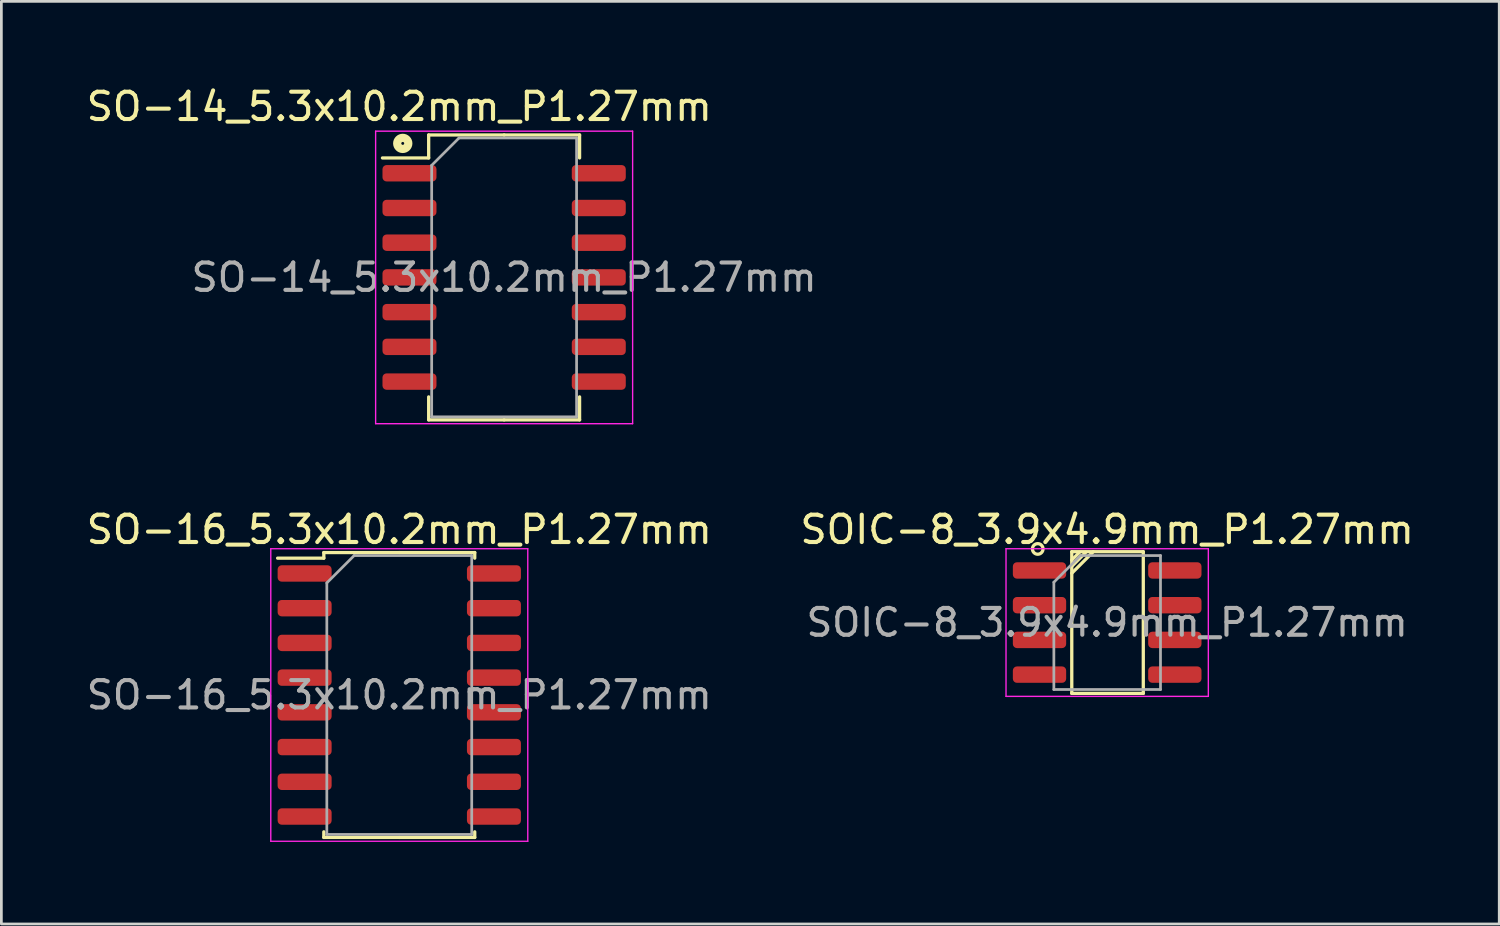
<source format=kicad_pcb>
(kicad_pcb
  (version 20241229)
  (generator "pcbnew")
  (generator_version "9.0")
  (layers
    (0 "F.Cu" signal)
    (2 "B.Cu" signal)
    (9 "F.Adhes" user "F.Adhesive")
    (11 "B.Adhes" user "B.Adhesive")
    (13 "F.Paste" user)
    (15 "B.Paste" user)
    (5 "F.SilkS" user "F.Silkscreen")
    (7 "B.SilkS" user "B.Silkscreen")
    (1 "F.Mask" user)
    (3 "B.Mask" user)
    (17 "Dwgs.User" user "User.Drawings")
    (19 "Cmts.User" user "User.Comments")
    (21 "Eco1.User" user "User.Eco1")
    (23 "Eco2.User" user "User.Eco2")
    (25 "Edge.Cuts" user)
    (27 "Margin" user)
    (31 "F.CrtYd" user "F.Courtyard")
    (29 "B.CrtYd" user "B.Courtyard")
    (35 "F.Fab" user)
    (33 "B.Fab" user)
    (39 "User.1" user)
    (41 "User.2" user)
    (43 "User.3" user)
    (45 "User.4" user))
  (footprint "SO-16_5.3x10.2mm_P1.27mm"
    (layer "F.Cu")
    (at 11.554 22.37)
    (property "Reference" "SO-16_5.3x10.2mm_P1.27mm" (at 0 -6.05 0) (layer "F.SilkS") (effects (font (size 1 1) (thickness 0.15))))
    (attr smd)
    (fp_line (start -2.76 -5.21) (end -2.76 -5.005) (stroke (width 0.12) (type solid)) (layer "F.SilkS"))
    (fp_line (start -2.76 -5.005) (end -4.45 -5.005) (stroke (width 0.12) (type solid)) (layer "F.SilkS"))
    (fp_line (start -2.76 5.21) (end -2.76 5.005) (stroke (width 0.12) (type solid)) (layer "F.SilkS"))
    (fp_line (start 0 -5.21) (end -2.76 -5.21) (stroke (width 0.12) (type solid)) (layer "F.SilkS"))
    (fp_line (start 0 -5.21) (end 2.76 -5.21) (stroke (width 0.12) (type solid)) (layer "F.SilkS"))
    (fp_line (start 0 5.21) (end -2.76 5.21) (stroke (width 0.12) (type solid)) (layer "F.SilkS"))
    (fp_line (start 0 5.21) (end 2.76 5.21) (stroke (width 0.12) (type solid)) (layer "F.SilkS"))
    (fp_line (start 2.76 -5.21) (end 2.76 -5.005) (stroke (width 0.12) (type solid)) (layer "F.SilkS"))
    (fp_line (start 2.76 5.21) (end 2.76 5.005) (stroke (width 0.12) (type solid)) (layer "F.SilkS"))
    (fp_line (start -4.7 -5.35) (end -4.7 5.35) (stroke (width 0.05) (type solid)) (layer "F.CrtYd"))
    (fp_line (start -4.7 5.35) (end 4.7 5.35) (stroke (width 0.05) (type solid)) (layer "F.CrtYd"))
    (fp_line (start 4.7 -5.35) (end -4.7 -5.35) (stroke (width 0.05) (type solid)) (layer "F.CrtYd"))
    (fp_line (start 4.7 5.35) (end 4.7 -5.35) (stroke (width 0.05) (type solid)) (layer "F.CrtYd"))
    (fp_line (start -2.65 -4.1) (end -1.65 -5.1) (stroke (width 0.1) (type solid)) (layer "F.Fab"))
    (fp_line (start -2.65 5.1) (end -2.65 -4.1) (stroke (width 0.1) (type solid)) (layer "F.Fab"))
    (fp_line (start -1.65 -5.1) (end 2.65 -5.1) (stroke (width 0.1) (type solid)) (layer "F.Fab"))
    (fp_line (start 2.65 -5.1) (end 2.65 5.1) (stroke (width 0.1) (type solid)) (layer "F.Fab"))
    (fp_line (start 2.65 5.1) (end -2.65 5.1) (stroke (width 0.1) (type solid)) (layer "F.Fab"))
    (fp_text user "${REFERENCE}" (at 0 0 0) (layer "F.Fab") (effects (font (size 1 1) (thickness 0.15))))
    (pad "1" smd roundrect (at -3.462 -4.445) (size 1.975 0.6) (layers "F.Cu" "F.Mask" "F.Paste") (roundrect_rratio 0.25))
    (pad "2" smd roundrect (at -3.462 -3.175) (size 1.975 0.6) (layers "F.Cu" "F.Mask" "F.Paste") (roundrect_rratio 0.25))
    (pad "3" smd roundrect (at -3.462 -1.905) (size 1.975 0.6) (layers "F.Cu" "F.Mask" "F.Paste") (roundrect_rratio 0.25))
    (pad "4" smd roundrect (at -3.462 -0.635) (size 1.975 0.6) (layers "F.Cu" "F.Mask" "F.Paste") (roundrect_rratio 0.25))
    (pad "5" smd roundrect (at -3.462 0.635) (size 1.975 0.6) (layers "F.Cu" "F.Mask" "F.Paste") (roundrect_rratio 0.25))
    (pad "6" smd roundrect (at -3.462 1.905) (size 1.975 0.6) (layers "F.Cu" "F.Mask" "F.Paste") (roundrect_rratio 0.25))
    (pad "7" smd roundrect (at -3.462 3.175) (size 1.975 0.6) (layers "F.Cu" "F.Mask" "F.Paste") (roundrect_rratio 0.25))
    (pad "8" smd roundrect (at -3.462 4.445) (size 1.975 0.6) (layers "F.Cu" "F.Mask" "F.Paste") (roundrect_rratio 0.25))
    (pad "9" smd roundrect (at 3.462 4.445) (size 1.975 0.6) (layers "F.Cu" "F.Mask" "F.Paste") (roundrect_rratio 0.25))
    (pad "10" smd roundrect (at 3.462 3.175) (size 1.975 0.6) (layers "F.Cu" "F.Mask" "F.Paste") (roundrect_rratio 0.25))
    (pad "11" smd roundrect (at 3.462 1.905) (size 1.975 0.6) (layers "F.Cu" "F.Mask" "F.Paste") (roundrect_rratio 0.25))
    (pad "12" smd roundrect (at 3.462 0.635) (size 1.975 0.6) (layers "F.Cu" "F.Mask" "F.Paste") (roundrect_rratio 0.25))
    (pad "13" smd roundrect (at 3.462 -0.635) (size 1.975 0.6) (layers "F.Cu" "F.Mask" "F.Paste") (roundrect_rratio 0.25))
    (pad "14" smd roundrect (at 3.462 -1.905) (size 1.975 0.6) (layers "F.Cu" "F.Mask" "F.Paste") (roundrect_rratio 0.25))
    (pad "15" smd roundrect (at 3.462 -3.175) (size 1.975 0.6) (layers "F.Cu" "F.Mask" "F.Paste") (roundrect_rratio 0.25))
    (pad "16" smd roundrect (at 3.462 -4.445) (size 1.975 0.6) (layers "F.Cu" "F.Mask" "F.Paste") (roundrect_rratio 0.25)))
  (footprint "SO-14_5.3x10.2mm_P1.27mm"
    (layer "F.Cu")
    (at 15.389 7.097)
    (property "Reference" "SO-14_5.3x10.2mm_P1.27mm" (at -3.835 -6.248 0) (layer "F.SilkS") (effects (font (size 1 1) (thickness 0.15))))
    (attr smd)
    (fp_line (start -2.76 -5.21) (end -2.76 -4.37) (stroke (width 0.12) (type solid)) (layer "F.SilkS"))
    (fp_line (start -2.76 -4.37) (end -4.45 -4.37) (stroke (width 0.12) (type solid)) (layer "F.SilkS"))
    (fp_line (start -2.76 5.21) (end -2.76 4.37) (stroke (width 0.12) (type solid)) (layer "F.SilkS"))
    (fp_line (start 0 -5.21) (end -2.76 -5.21) (stroke (width 0.12) (type solid)) (layer "F.SilkS"))
    (fp_line (start 0 -5.21) (end 2.76 -5.21) (stroke (width 0.12) (type solid)) (layer "F.SilkS"))
    (fp_line (start 0 5.21) (end -2.76 5.21) (stroke (width 0.12) (type solid)) (layer "F.SilkS"))
    (fp_line (start 0 5.21) (end 2.76 5.21) (stroke (width 0.12) (type solid)) (layer "F.SilkS"))
    (fp_line (start 2.76 -5.21) (end 2.76 -4.37) (stroke (width 0.12) (type solid)) (layer "F.SilkS"))
    (fp_line (start 2.76 5.21) (end 2.76 4.37) (stroke (width 0.12) (type solid)) (layer "F.SilkS"))
    (fp_circle (center -3.708 -4.902) (end -3.505 -4.902) (stroke (width 0.3) (type solid)) (fill no) (layer "F.SilkS"))
    (fp_line (start -4.7 -5.35) (end -4.7 5.35) (stroke (width 0.05) (type solid)) (layer "F.CrtYd"))
    (fp_line (start -4.7 5.35) (end 4.7 5.35) (stroke (width 0.05) (type solid)) (layer "F.CrtYd"))
    (fp_line (start 4.7 -5.35) (end -4.7 -5.35) (stroke (width 0.05) (type solid)) (layer "F.CrtYd"))
    (fp_line (start 4.7 5.35) (end 4.7 -5.35) (stroke (width 0.05) (type solid)) (layer "F.CrtYd"))
    (fp_line (start -2.65 -4.1) (end -1.65 -5.1) (stroke (width 0.1) (type solid)) (layer "F.Fab"))
    (fp_line (start -2.65 5.1) (end -2.65 -4.1) (stroke (width 0.1) (type solid)) (layer "F.Fab"))
    (fp_line (start -1.65 -5.1) (end 2.65 -5.1) (stroke (width 0.1) (type solid)) (layer "F.Fab"))
    (fp_line (start 2.65 -5.1) (end 2.65 5.1) (stroke (width 0.1) (type solid)) (layer "F.Fab"))
    (fp_line (start 2.65 5.1) (end -2.65 5.1) (stroke (width 0.1) (type solid)) (layer "F.Fab"))
    (fp_text user "${REFERENCE}" (at 0 0 0) (layer "F.Fab") (effects (font (size 1 1) (thickness 0.15))))
    (pad "1" smd roundrect (at -3.462 -3.81) (size 1.975 0.6) (layers "F.Cu" "F.Mask" "F.Paste") (roundrect_rratio 0.25))
    (pad "2" smd roundrect (at -3.462 -2.54) (size 1.975 0.6) (layers "F.Cu" "F.Mask" "F.Paste") (roundrect_rratio 0.25))
    (pad "3" smd roundrect (at -3.462 -1.27) (size 1.975 0.6) (layers "F.Cu" "F.Mask" "F.Paste") (roundrect_rratio 0.25))
    (pad "4" smd roundrect (at -3.462 0) (size 1.975 0.6) (layers "F.Cu" "F.Mask" "F.Paste") (roundrect_rratio 0.25))
    (pad "5" smd roundrect (at -3.462 1.27) (size 1.975 0.6) (layers "F.Cu" "F.Mask" "F.Paste") (roundrect_rratio 0.25))
    (pad "6" smd roundrect (at -3.462 2.54) (size 1.975 0.6) (layers "F.Cu" "F.Mask" "F.Paste") (roundrect_rratio 0.25))
    (pad "7" smd roundrect (at -3.462 3.81) (size 1.975 0.6) (layers "F.Cu" "F.Mask" "F.Paste") (roundrect_rratio 0.25))
    (pad "8" smd roundrect (at 3.462 3.81) (size 1.975 0.6) (layers "F.Cu" "F.Mask" "F.Paste") (roundrect_rratio 0.25))
    (pad "9" smd roundrect (at 3.462 2.54) (size 1.975 0.6) (layers "F.Cu" "F.Mask" "F.Paste") (roundrect_rratio 0.25))
    (pad "10" smd roundrect (at 3.462 1.27) (size 1.975 0.6) (layers "F.Cu" "F.Mask" "F.Paste") (roundrect_rratio 0.25))
    (pad "11" smd roundrect (at 3.462 0) (size 1.975 0.6) (layers "F.Cu" "F.Mask" "F.Paste") (roundrect_rratio 0.25))
    (pad "12" smd roundrect (at 3.462 -1.27) (size 1.975 0.6) (layers "F.Cu" "F.Mask" "F.Paste") (roundrect_rratio 0.25))
    (pad "13" smd roundrect (at 3.462 -2.54) (size 1.975 0.6) (layers "F.Cu" "F.Mask" "F.Paste") (roundrect_rratio 0.25))
    (pad "14" smd roundrect (at 3.462 -3.81) (size 1.975 0.6) (layers "F.Cu" "F.Mask" "F.Paste") (roundrect_rratio 0.25)))
  (footprint "SOIC-8_3.9x4.9mm_P1.27mm"
    (layer "F.Cu")
    (at 37.446 19.72)
    (property "Reference" "SOIC-8_3.9x4.9mm_P1.27mm" (at 0 -3.4 0) (layer "F.SilkS") (effects (font (size 1 1) (thickness 0.15))))
    (attr smd)
    (fp_line (start -1.295 -2.591) (end 1.321 -2.591) (stroke (width 0.12) (type solid)) (layer "F.SilkS"))
    (fp_line (start -1.295 -2.286) (end -1.016 -2.565) (stroke (width 0.12) (type solid)) (layer "F.SilkS"))
    (fp_line (start -1.295 -1.803) (end -0.508 -2.591) (stroke (width 0.12) (type solid)) (layer "F.SilkS"))
    (fp_line (start -1.295 2.591) (end -1.295 -2.591) (stroke (width 0.12) (type solid)) (layer "F.SilkS"))
    (fp_line (start -1.27 -2.083) (end -0.787 -2.565) (stroke (width 0.12) (type solid)) (layer "F.SilkS"))
    (fp_line (start 1.321 -2.591) (end 1.321 2.591) (stroke (width 0.12) (type solid)) (layer "F.SilkS"))
    (fp_line (start 1.321 2.591) (end -1.295 2.591) (stroke (width 0.12) (type solid)) (layer "F.SilkS"))
    (fp_circle (center -2.54 -2.692) (end -2.362 -2.616) (stroke (width 0.12) (type solid)) (fill no) (layer "F.SilkS"))
    (fp_line (start -3.7 -2.7) (end -3.7 2.7) (stroke (width 0.05) (type solid)) (layer "F.CrtYd"))
    (fp_line (start -3.7 2.7) (end 3.7 2.7) (stroke (width 0.05) (type solid)) (layer "F.CrtYd"))
    (fp_line (start 3.7 -2.7) (end -3.7 -2.7) (stroke (width 0.05) (type solid)) (layer "F.CrtYd"))
    (fp_line (start 3.7 2.7) (end 3.7 -2.7) (stroke (width 0.05) (type solid)) (layer "F.CrtYd"))
    (fp_line (start -1.95 -1.475) (end -0.975 -2.45) (stroke (width 0.1) (type solid)) (layer "F.Fab"))
    (fp_line (start -1.95 2.45) (end -1.95 -1.475) (stroke (width 0.1) (type solid)) (layer "F.Fab"))
    (fp_line (start -0.975 -2.45) (end 1.95 -2.45) (stroke (width 0.1) (type solid)) (layer "F.Fab"))
    (fp_line (start 1.95 -2.45) (end 1.95 2.45) (stroke (width 0.1) (type solid)) (layer "F.Fab"))
    (fp_line (start 1.95 2.45) (end -1.95 2.45) (stroke (width 0.1) (type solid)) (layer "F.Fab"))
    (fp_text user "${REFERENCE}" (at 0 0 0) (layer "F.Fab") (effects (font (size 0.98 0.98) (thickness 0.15))))
    (pad "1" smd roundrect (at -2.475 -1.905) (size 1.95 0.6) (layers "F.Cu" "F.Mask" "F.Paste") (roundrect_rratio 0.25))
    (pad "2" smd roundrect (at -2.475 -0.635) (size 1.95 0.6) (layers "F.Cu" "F.Mask" "F.Paste") (roundrect_rratio 0.25))
    (pad "3" smd roundrect (at -2.475 0.635) (size 1.95 0.6) (layers "F.Cu" "F.Mask" "F.Paste") (roundrect_rratio 0.25))
    (pad "4" smd roundrect (at -2.475 1.905) (size 1.95 0.6) (layers "F.Cu" "F.Mask" "F.Paste") (roundrect_rratio 0.25))
    (pad "5" smd roundrect (at 2.475 1.905) (size 1.95 0.6) (layers "F.Cu" "F.Mask" "F.Paste") (roundrect_rratio 0.25))
    (pad "6" smd roundrect (at 2.475 0.635) (size 1.95 0.6) (layers "F.Cu" "F.Mask" "F.Paste") (roundrect_rratio 0.25))
    (pad "7" smd roundrect (at 2.475 -0.635) (size 1.95 0.6) (layers "F.Cu" "F.Mask" "F.Paste") (roundrect_rratio 0.25))
    (pad "8" smd roundrect (at 2.475 -1.905) (size 1.95 0.6) (layers "F.Cu" "F.Mask" "F.Paste") (roundrect_rratio 0.25)))
  (gr_rect
    (start -3 -3)
    (end 51.786 30.745)
    (stroke (width 0.1) (type default))
    (fill no)
    (layer "Edge.Cuts")))
</source>
